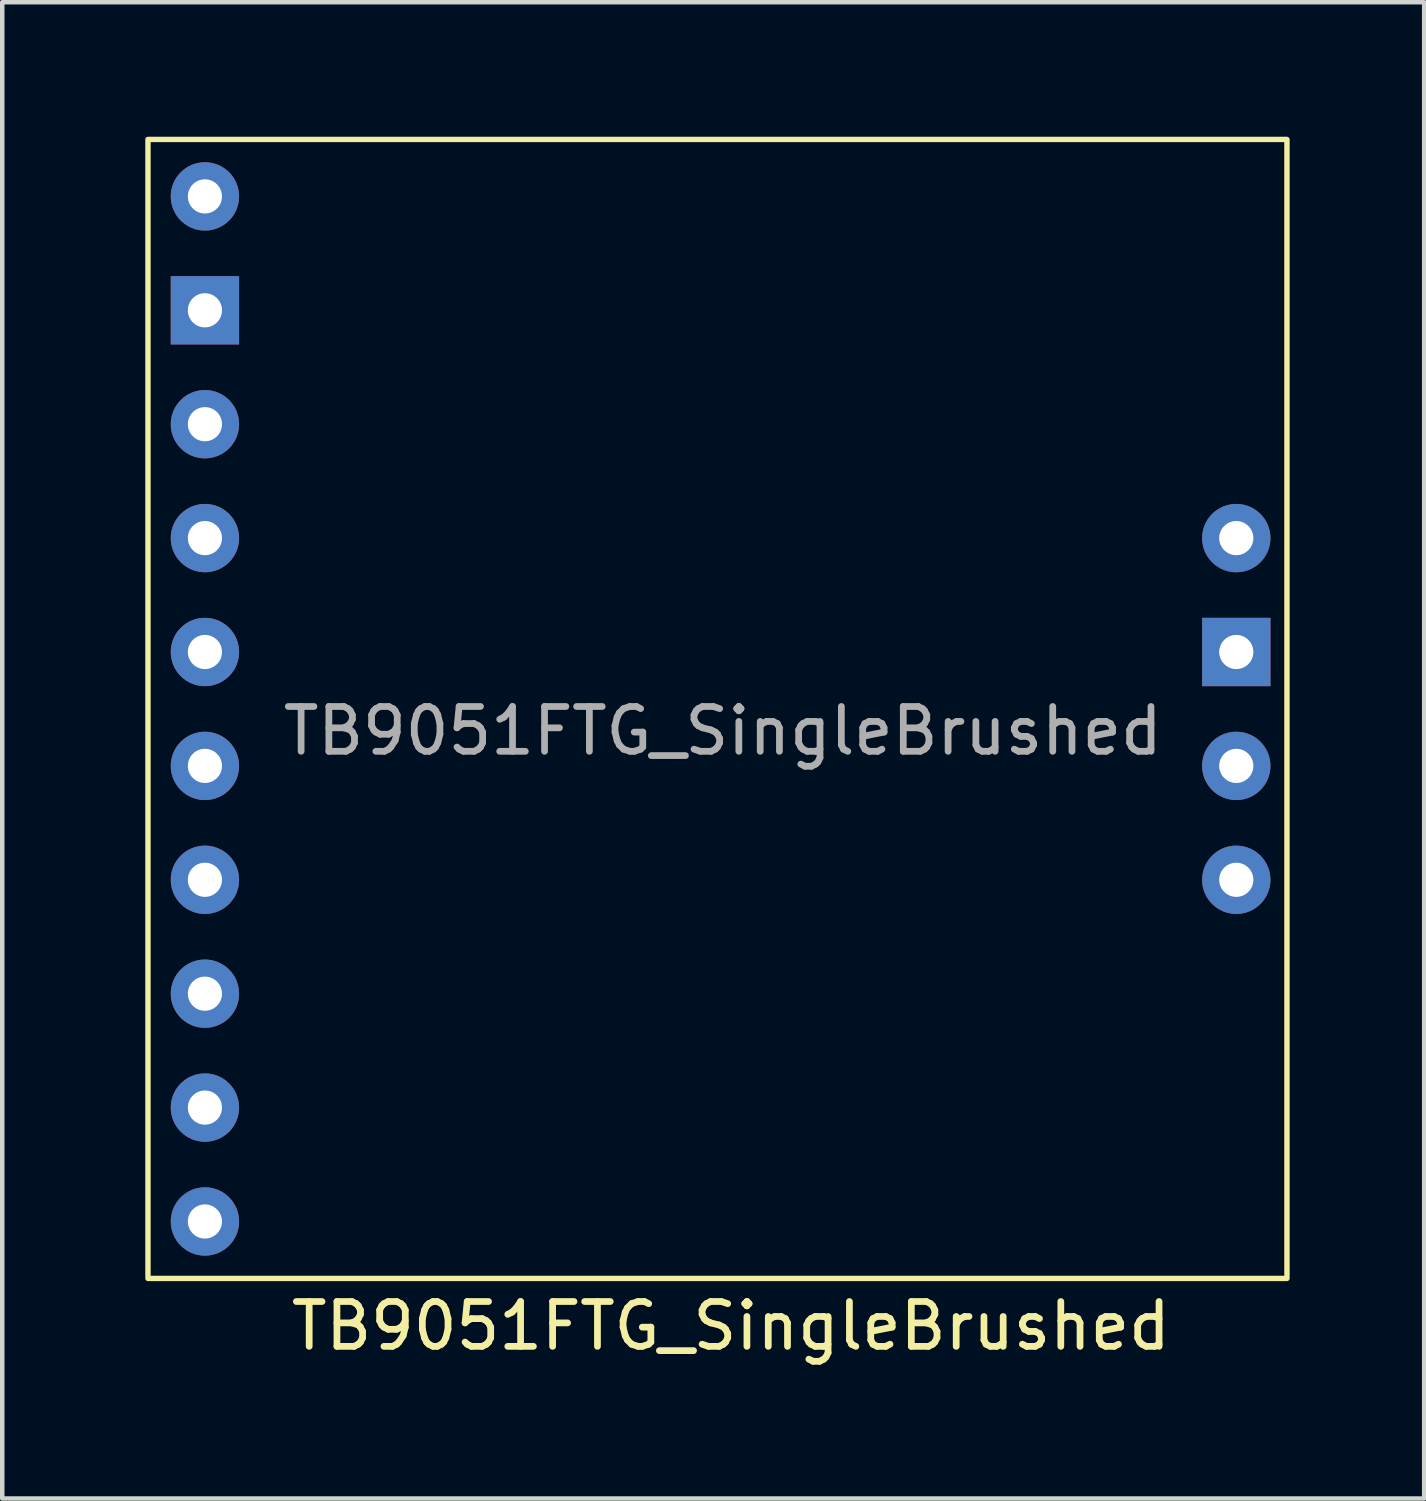
<source format=kicad_pcb>
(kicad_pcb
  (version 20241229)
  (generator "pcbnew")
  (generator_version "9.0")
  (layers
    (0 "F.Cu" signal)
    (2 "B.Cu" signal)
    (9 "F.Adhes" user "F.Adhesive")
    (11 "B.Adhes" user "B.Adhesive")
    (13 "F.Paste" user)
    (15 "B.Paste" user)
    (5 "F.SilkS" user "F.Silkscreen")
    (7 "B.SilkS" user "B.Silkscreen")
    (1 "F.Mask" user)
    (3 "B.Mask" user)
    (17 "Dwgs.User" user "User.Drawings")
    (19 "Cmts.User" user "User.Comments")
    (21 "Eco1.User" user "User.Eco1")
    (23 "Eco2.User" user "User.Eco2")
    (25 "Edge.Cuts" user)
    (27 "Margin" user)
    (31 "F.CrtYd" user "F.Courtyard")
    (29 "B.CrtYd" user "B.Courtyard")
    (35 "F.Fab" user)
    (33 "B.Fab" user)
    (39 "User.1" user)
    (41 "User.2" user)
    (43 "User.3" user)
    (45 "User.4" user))
  (footprint "TB9051FTG_SingleBrushed"
    (layer "F.Cu")
    (at 0.25 25.46)
    (property "Reference" "TB9051FTG_SingleBrushed" (at 13 1.06 0) (unlocked yes) (layer "F.SilkS") (effects (font (size 1 1) (thickness 0.15))))
    (attr through_hole)
    (fp_rect (start 0 0) (end 25.4 -25.4) (stroke (width 0.12) (type solid)) (fill no) (layer "F.SilkS"))
    (fp_text user "TB9051FTG_SingleBrushed" (at 12.82 -12.21 0) (unlocked yes) (layer "F.Fab") (effects (font (size 1 1) (thickness 0.15))))
    (pad "1" thru_hole circle (at 24.27 -16.51) (size 1.524 1.524) (drill 0.762) (layers "*.Cu" "*.Mask"))
    (pad "2" thru_hole rect (at 24.27 -13.97) (size 1.524 1.524) (drill 0.762) (layers "*.Cu" "*.Mask"))
    (pad "3" thru_hole circle (at 24.27 -11.43) (size 1.524 1.524) (drill 0.762) (layers "*.Cu" "*.Mask"))
    (pad "4" thru_hole circle (at 24.27 -8.89) (size 1.524 1.524) (drill 0.762) (layers "*.Cu" "*.Mask"))
    (pad "5" thru_hole circle (at 1.27 -24.13) (size 1.524 1.524) (drill 0.762) (layers "*.Cu" "*.Mask"))
    (pad "6" thru_hole rect (at 1.27 -21.59) (size 1.524 1.524) (drill 0.762) (layers "*.Cu" "*.Mask"))
    (pad "7" thru_hole circle (at 1.27 -19.05) (size 1.524 1.524) (drill 0.762) (layers "*.Cu" "*.Mask"))
    (pad "8" thru_hole circle (at 1.27 -16.51) (size 1.524 1.524) (drill 0.762) (layers "*.Cu" "*.Mask"))
    (pad "9" thru_hole circle (at 1.27 -13.97) (size 1.524 1.524) (drill 0.762) (layers "*.Cu" "*.Mask"))
    (pad "10" thru_hole circle (at 1.27 -11.43) (size 1.524 1.524) (drill 0.762) (layers "*.Cu" "*.Mask"))
    (pad "11" thru_hole circle (at 1.27 -8.89) (size 1.524 1.524) (drill 0.762) (layers "*.Cu" "*.Mask"))
    (pad "12" thru_hole circle (at 1.27 -6.35) (size 1.524 1.524) (drill 0.762) (layers "*.Cu" "*.Mask"))
    (pad "13" thru_hole circle (at 1.27 -3.81) (size 1.524 1.524) (drill 0.762) (layers "*.Cu" "*.Mask"))
    (pad "14" thru_hole circle (at 1.27 -1.27) (size 1.524 1.524) (drill 0.762) (layers "*.Cu" "*.Mask")))
  (gr_rect
    (start -3 -3)
    (end 28.71 30.368)
    (stroke (width 0.1) (type default))
    (fill no)
    (layer "Edge.Cuts")))
</source>
